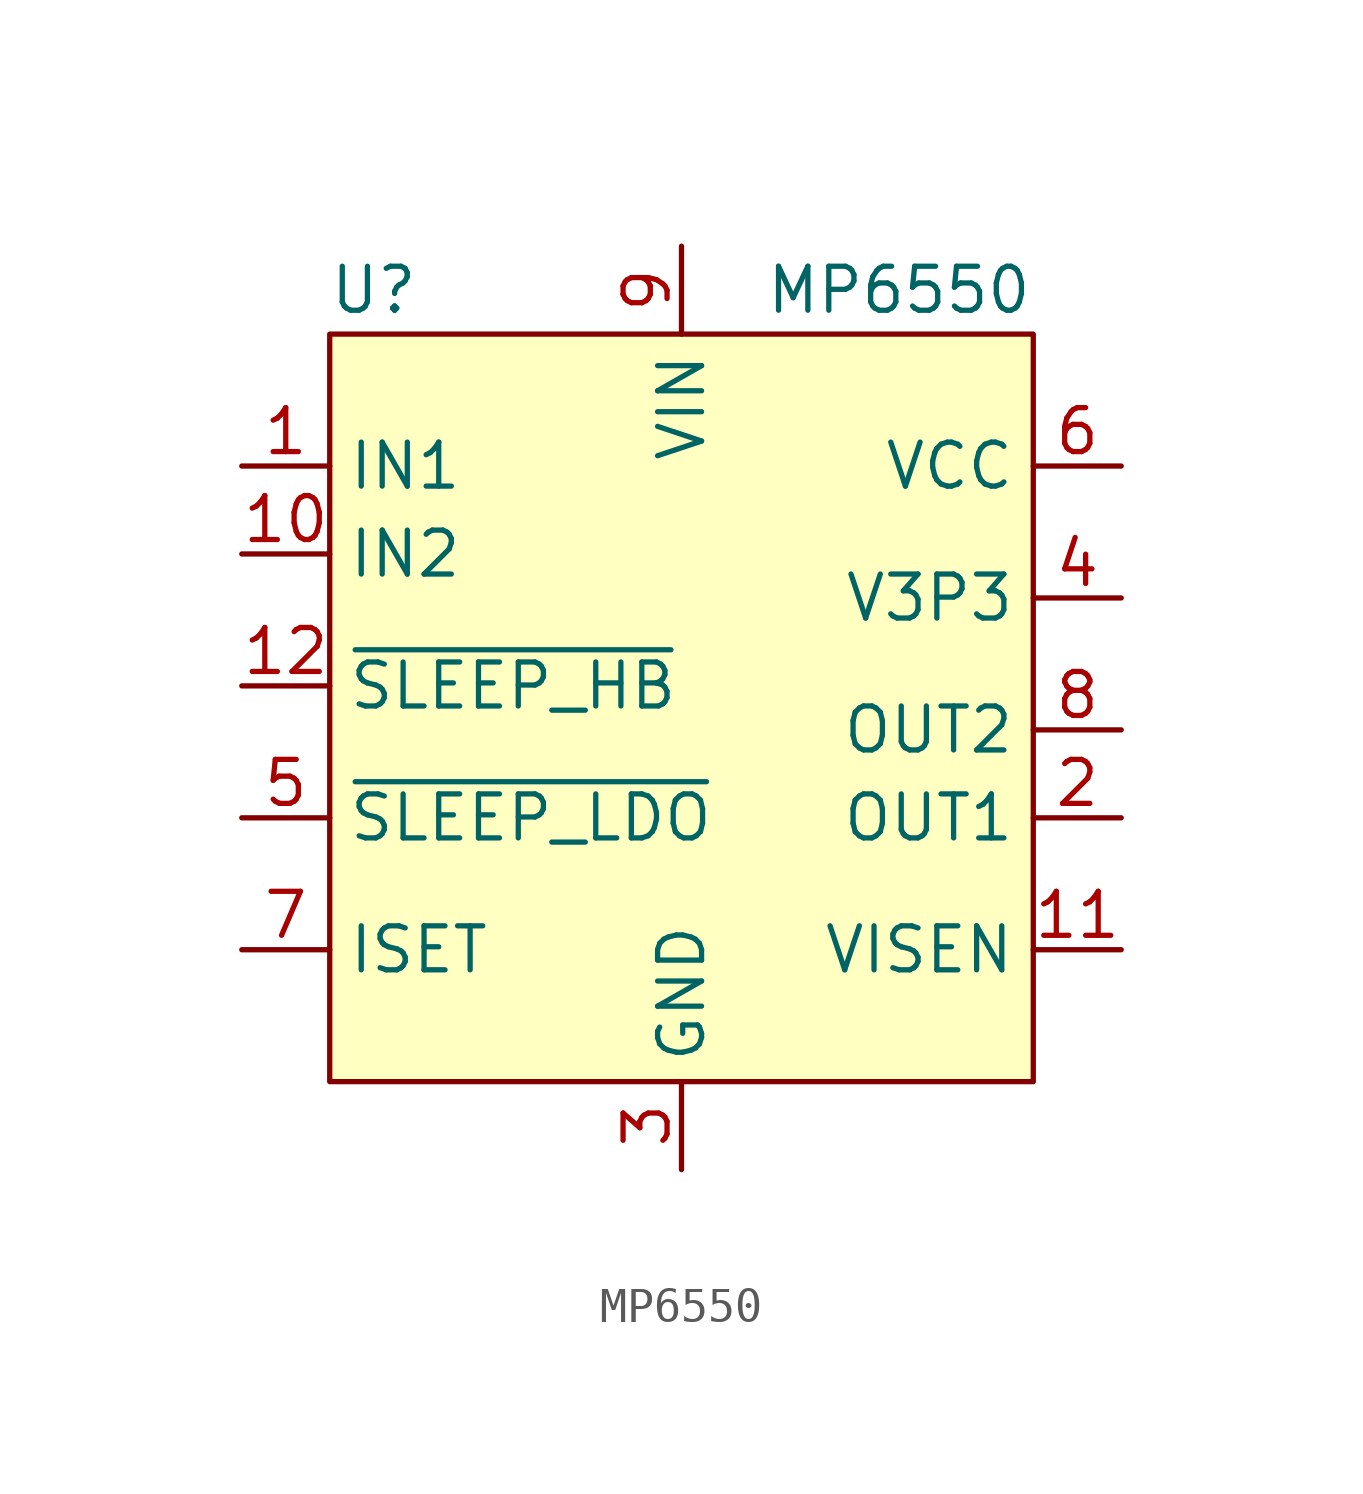
<source format=kicad_sym>
(kicad_symbol_lib
  (version 20241209)
  (generator "kicad_symbol_editor")
  (generator_version "9.0")
  (symbol "MP6550"
    (property "Reference" "U"
      (at -8.89 11.43 0)
      (effects (font (size 1.27 1.27))))
    (property "Value" "MP6550"
      (at 10.16 11.43 0)
      (effects (font (size 1.27 1.27)) (justify right)))
    (symbol "MP6550_1_1"
      (rectangle (start -10.16 10.16) (end 10.16 -11.43) (stroke (width 0) (type solid)) (fill (type background)))
      (pin input line (at -12.7 6.35 0) (length 2.54) (name "IN1" (effects (font (size 1.27 1.27)))) (number "1" (effects (font (size 1.27 1.27)))))
      (pin input line (at -12.7 3.81 0) (length 2.54) (name "IN2" (effects (font (size 1.27 1.27)))) (number "10" (effects (font (size 1.27 1.27)))))
      (pin input line (at -12.7 0 0) (length 2.54) (name "~{SLEEP_HB}" (effects (font (size 1.27 1.27)))) (number "12" (effects (font (size 1.27 1.27)))))
      (pin input line (at -12.7 -3.81 0) (length 2.54) (name "~{SLEEP_LDO}" (effects (font (size 1.27 1.27)))) (number "5" (effects (font (size 1.27 1.27)))))
      (pin output line (at -12.7 -7.62 0) (length 2.54) (name "ISET" (effects (font (size 1.27 1.27)))) (number "7" (effects (font (size 1.27 1.27)))))
      (pin power_in line (at 0 12.7 270) (length 2.54) (name "VIN" (effects (font (size 1.27 1.27)))) (number "9" (effects (font (size 1.27 1.27)))))
      (pin power_in line (at 0 -13.97 90) (length 2.54) (name "GND" (effects (font (size 1.27 1.27)))) (number "3" (effects (font (size 1.27 1.27)))))
      (pin passive line (at 12.7 6.35 180) (length 2.54) (name "VCC" (effects (font (size 1.27 1.27)))) (number "6" (effects (font (size 1.27 1.27)))))
      (pin power_out line (at 12.7 2.54 180) (length 2.54) (name "V3P3" (effects (font (size 1.27 1.27)))) (number "4" (effects (font (size 1.27 1.27)))))
      (pin output line (at 12.7 -1.27 180) (length 2.54) (name "OUT2" (effects (font (size 1.27 1.27)))) (number "8" (effects (font (size 1.27 1.27)))))
      (pin output line (at 12.7 -3.81 180) (length 2.54) (name "OUT1" (effects (font (size 1.27 1.27)))) (number "2" (effects (font (size 1.27 1.27)))))
      (pin output line (at 12.7 -7.62 180) (length 2.54) (name "VISEN" (effects (font (size 1.27 1.27)))) (number "11" (effects (font (size 1.27 1.27))))))))
</source>
